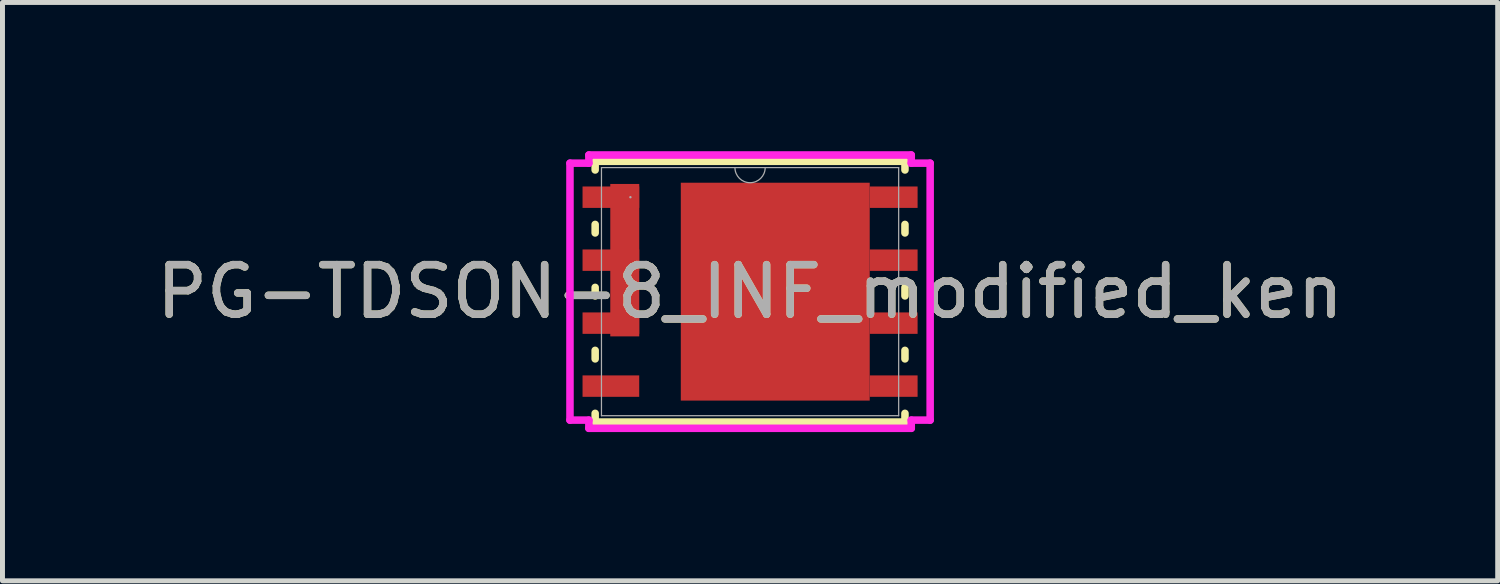
<source format=kicad_pcb>
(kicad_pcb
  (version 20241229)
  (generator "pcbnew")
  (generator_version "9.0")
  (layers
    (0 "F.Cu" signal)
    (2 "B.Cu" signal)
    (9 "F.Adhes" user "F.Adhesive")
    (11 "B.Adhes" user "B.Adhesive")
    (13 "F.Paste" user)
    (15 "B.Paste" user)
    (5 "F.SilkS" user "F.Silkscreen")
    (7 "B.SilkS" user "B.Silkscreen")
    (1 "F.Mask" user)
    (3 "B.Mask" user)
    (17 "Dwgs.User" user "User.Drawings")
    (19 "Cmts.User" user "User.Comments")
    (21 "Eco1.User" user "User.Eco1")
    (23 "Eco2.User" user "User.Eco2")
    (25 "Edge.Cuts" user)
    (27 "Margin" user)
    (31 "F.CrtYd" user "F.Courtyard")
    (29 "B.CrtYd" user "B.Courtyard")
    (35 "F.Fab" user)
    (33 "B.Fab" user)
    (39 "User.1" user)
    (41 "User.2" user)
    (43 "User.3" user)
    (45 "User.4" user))
  (footprint "PG-TDSON-8_INF_modified_ken"
    (layer "F.Cu")
    (at 12.077 2.832)
    (property "Reference" "PG-TDSON-8_INF_modified_ken" (at 0 0 0) (unlocked yes) (layer "F.SilkS") (effects (font (size 1 1) (thickness 0.15))))
    (attr smd)
    (fp_poly (pts (xy -2.235 -2.172) (xy -2.235 0.902) (xy -2.819 0.902) (xy -2.819 -2.172)) (stroke (width 0) (type solid)) (fill yes) (layer "F.Cu"))
    (fp_poly (pts (xy -1.397 -2.197) (xy -1.397 2.197) (xy 2.413 2.197) (xy 2.413 -2.197)) (stroke (width 0) (type solid)) (fill yes) (layer "F.Cu"))
    (fp_poly (pts (xy -2.235 -2.172) (xy -2.235 0.902) (xy -2.819 0.902) (xy -2.819 -2.172)) (stroke (width 0) (type solid)) (fill yes) (layer "F.Mask"))
    (fp_poly (pts (xy -1.397 -2.197) (xy -1.397 2.197) (xy 2.413 2.197) (xy 2.413 -2.197)) (stroke (width 0) (type solid)) (fill yes) (layer "F.Mask"))
    (fp_line (start -3.124 -2.629) (end -3.124 -2.454) (stroke (width 0.152) (type solid)) (layer "F.SilkS"))
    (fp_line (start -3.124 -1.356) (end -3.124 -1.184) (stroke (width 0.152) (type solid)) (layer "F.SilkS"))
    (fp_line (start -3.124 -0.086) (end -3.124 0.086) (stroke (width 0.152) (type solid)) (layer "F.SilkS"))
    (fp_line (start -3.124 1.184) (end -3.124 1.356) (stroke (width 0.152) (type solid)) (layer "F.SilkS"))
    (fp_line (start -3.124 2.454) (end -3.124 2.629) (stroke (width 0.152) (type solid)) (layer "F.SilkS"))
    (fp_line (start -3.124 2.629) (end 3.124 2.629) (stroke (width 0.152) (type solid)) (layer "F.SilkS"))
    (fp_line (start 3.124 -2.629) (end -3.124 -2.629) (stroke (width 0.152) (type solid)) (layer "F.SilkS"))
    (fp_line (start 3.124 -2.454) (end 3.124 -2.629) (stroke (width 0.152) (type solid)) (layer "F.SilkS"))
    (fp_line (start 3.124 -1.184) (end 3.124 -1.356) (stroke (width 0.152) (type solid)) (layer "F.SilkS"))
    (fp_line (start 3.124 0.086) (end 3.124 -0.086) (stroke (width 0.152) (type solid)) (layer "F.SilkS"))
    (fp_line (start 3.124 1.356) (end 3.124 1.184) (stroke (width 0.152) (type solid)) (layer "F.SilkS"))
    (fp_line (start 3.124 2.629) (end 3.124 2.454) (stroke (width 0.152) (type solid)) (layer "F.SilkS"))
    (fp_poly (pts (xy -2.235 -2.172) (xy -2.235 0.902) (xy -2.819 0.902) (xy -2.819 -2.172)) (stroke (width 0) (type solid)) (fill yes) (layer "F.Paste"))
    (fp_poly (pts (xy -1.805 -2.097) (xy -1.805 -0.832) (xy -0.735 -0.832) (xy -0.735 -2.097)) (stroke (width 0) (type solid)) (fill yes) (layer "F.Paste"))
    (fp_poly (pts (xy -1.805 -0.632) (xy -1.805 0.632) (xy -0.735 0.632) (xy -0.735 -0.632)) (stroke (width 0) (type solid)) (fill yes) (layer "F.Paste"))
    (fp_poly (pts (xy -1.805 0.832) (xy -1.805 2.097) (xy -0.735 2.097) (xy -0.735 0.832)) (stroke (width 0) (type solid)) (fill yes) (layer "F.Paste"))
    (fp_poly (pts (xy -1.397 -2.197) (xy -1.397 2.197) (xy 2.413 2.197) (xy 2.413 -2.197)) (stroke (width 0) (type solid)) (fill yes) (layer "F.Paste"))
    (fp_poly (pts (xy -0.535 -2.097) (xy -0.535 -0.832) (xy 0.535 -0.832) (xy 0.535 -2.097)) (stroke (width 0) (type solid)) (fill yes) (layer "F.Paste"))
    (fp_poly (pts (xy -0.535 -0.632) (xy -0.535 0.632) (xy 0.535 0.632) (xy 0.535 -0.632)) (stroke (width 0) (type solid)) (fill yes) (layer "F.Paste"))
    (fp_poly (pts (xy -0.535 0.832) (xy -0.535 2.097) (xy 0.535 2.097) (xy 0.535 0.832)) (stroke (width 0) (type solid)) (fill yes) (layer "F.Paste"))
    (fp_poly (pts (xy 0.735 -2.097) (xy 0.735 -0.832) (xy 1.805 -0.832) (xy 1.805 -2.097)) (stroke (width 0) (type solid)) (fill yes) (layer "F.Paste"))
    (fp_poly (pts (xy 0.735 -0.632) (xy 0.735 0.632) (xy 1.805 0.632) (xy 1.805 -0.632)) (stroke (width 0) (type solid)) (fill yes) (layer "F.Paste"))
    (fp_poly (pts (xy 0.735 0.832) (xy 0.735 2.097) (xy 1.805 2.097) (xy 1.805 0.832)) (stroke (width 0) (type solid)) (fill yes) (layer "F.Paste"))
    (fp_line (start -3.632 -2.591) (end -3.251 -2.591) (stroke (width 0.152) (type solid)) (layer "F.CrtYd"))
    (fp_line (start -3.632 2.591) (end -3.632 -2.591) (stroke (width 0.152) (type solid)) (layer "F.CrtYd"))
    (fp_line (start -3.632 2.591) (end -3.251 2.591) (stroke (width 0.152) (type solid)) (layer "F.CrtYd"))
    (fp_line (start -3.251 -2.756) (end 3.251 -2.756) (stroke (width 0.152) (type solid)) (layer "F.CrtYd"))
    (fp_line (start -3.251 -2.591) (end -3.251 -2.756) (stroke (width 0.152) (type solid)) (layer "F.CrtYd"))
    (fp_line (start -3.251 2.756) (end -3.251 2.591) (stroke (width 0.152) (type solid)) (layer "F.CrtYd"))
    (fp_line (start 3.251 -2.756) (end 3.251 -2.591) (stroke (width 0.152) (type solid)) (layer "F.CrtYd"))
    (fp_line (start 3.251 2.591) (end 3.251 2.756) (stroke (width 0.152) (type solid)) (layer "F.CrtYd"))
    (fp_line (start 3.251 2.756) (end -3.251 2.756) (stroke (width 0.152) (type solid)) (layer "F.CrtYd"))
    (fp_line (start 3.632 -2.591) (end 3.251 -2.591) (stroke (width 0.152) (type solid)) (layer "F.CrtYd"))
    (fp_line (start 3.632 -2.591) (end 3.632 2.591) (stroke (width 0.152) (type solid)) (layer "F.CrtYd"))
    (fp_line (start 3.632 2.591) (end 3.251 2.591) (stroke (width 0.152) (type solid)) (layer "F.CrtYd"))
    (fp_line (start -2.997 -2.502) (end -2.997 2.502) (stroke (width 0.025) (type solid)) (layer "F.Fab"))
    (fp_line (start -2.997 2.502) (end 2.997 2.502) (stroke (width 0.025) (type solid)) (layer "F.Fab"))
    (fp_line (start 2.997 -2.502) (end -2.997 -2.502) (stroke (width 0.025) (type solid)) (layer "F.Fab"))
    (fp_line (start 2.997 2.502) (end 2.997 -2.502) (stroke (width 0.025) (type solid)) (layer "F.Fab"))
    (fp_arc (start 0.3048 -2.5019) (mid 0 -2.1971) (end -0.3048 -2.5019) (stroke (width 0.0254) (type solid)) (layer "F.Fab"))
    (fp_circle (center -2.413 -1.905) (end -2.413 -1.905) (stroke (width 0.025) (type solid)) (fill no) (layer "F.Fab"))
    (fp_text user "${REFERENCE}" (at 0 0 0) (unlocked yes) (layer "F.Fab") (effects (font (size 1 1) (thickness 0.15))))
    (pad "1" smd rect (at -2.807 -1.905) (size 1.143 0.432) (layers "F.Cu" "F.Mask" "F.Paste"))
    (pad "2" smd rect (at -2.807 -0.635) (size 1.143 0.432) (layers "F.Cu" "F.Mask" "F.Paste"))
    (pad "3" smd rect (at -2.807 0.635) (size 1.143 0.432) (layers "F.Cu" "F.Mask" "F.Paste"))
    (pad "4" smd rect (at -2.807 1.905) (size 1.143 0.432) (layers "F.Cu" "F.Mask" "F.Paste"))
    (pad "5" smd rect (at 2.896 1.905) (size 0.965 0.432) (layers "F.Cu" "F.Mask" "F.Paste"))
    (pad "6" smd rect (at 2.896 0.635) (size 0.965 0.432) (layers "F.Cu" "F.Mask" "F.Paste"))
    (pad "7" smd rect (at 2.896 -0.635) (size 0.965 0.432) (layers "F.Cu" "F.Mask" "F.Paste"))
    (pad "8" smd rect (at 2.896 -1.905) (size 0.965 0.432) (layers "F.Cu" "F.Mask" "F.Paste")))
  (gr_rect
    (start -3 -3)
    (end 27.155 8.664)
    (stroke (width 0.1) (type default))
    (fill no)
    (layer "Edge.Cuts")))
</source>
